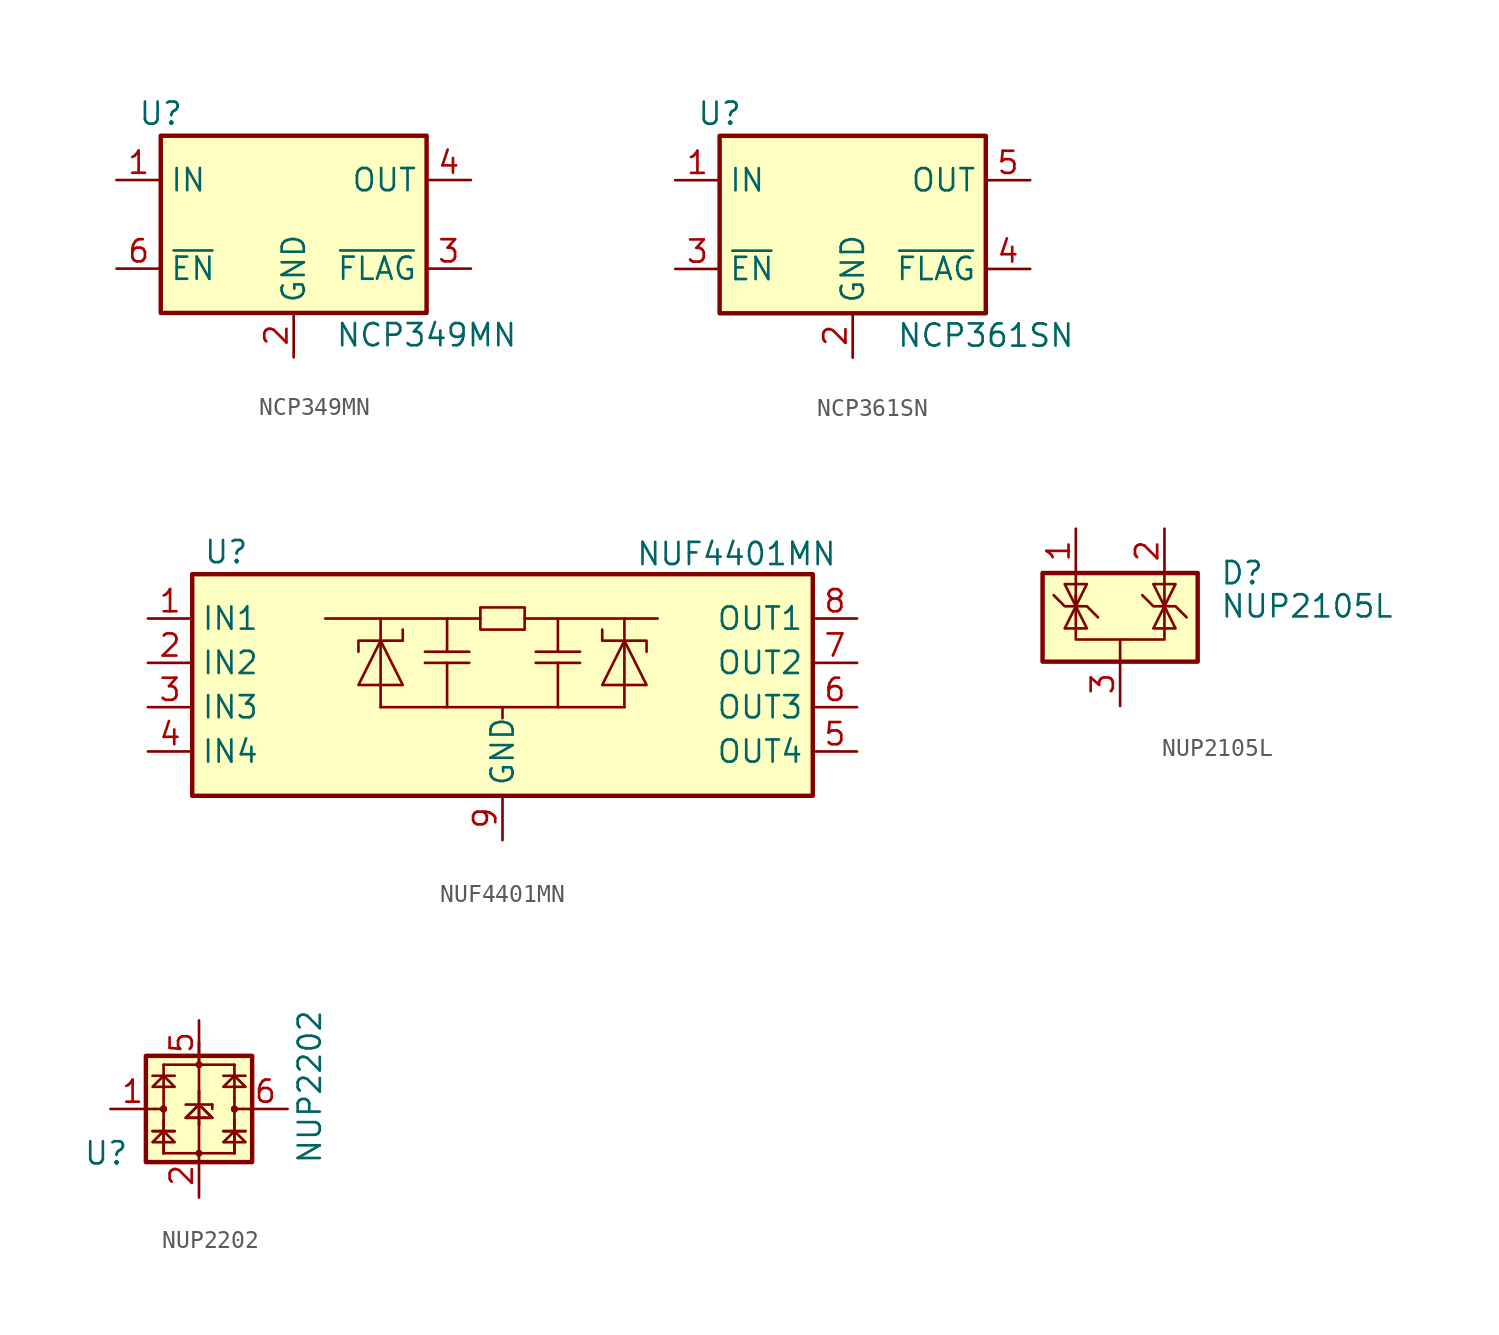
<source format=kicad_sym>
(kicad_symbol_lib
  (version 20241209)
  (generator "kicad_symbol_editor")
  (generator_version "9.0")
  (symbol "NCP349MN"
    (property "Reference" "U"
      (at -7.62 6.35 0)
      (effects (font (size 1.27 1.27))))
    (property "Value" "NCP349MN"
      (at 7.62 -6.35 0)
      (effects (font (size 1.27 1.27))))
    (symbol "NCP349MN_0_1"
      (rectangle (start -7.62 5.08) (end 7.62 -5.08) (stroke (width 0.254) (type default)) (fill (type background))))
    (symbol "NCP349MN_1_1"
      (pin power_in line (at -10.16 2.54 0) (length 2.54) (name "IN" (effects (font (size 1.27 1.27)))) (number "1" (effects (font (size 1.27 1.27)))))
      (pin passive line (at -10.16 2.54 0) (length 2.54) (hide yes) (name "IN" (effects (font (size 1.27 1.27)))) (number "7" (effects (font (size 1.27 1.27)))))
      (pin input line (at -10.16 -2.54 0) (length 2.54) (name "~{EN}" (effects (font (size 1.27 1.27)))) (number "6" (effects (font (size 1.27 1.27)))))
      (pin power_in line (at 0 -7.62 90) (length 2.54) (name "GND" (effects (font (size 1.27 1.27)))) (number "2" (effects (font (size 1.27 1.27)))))
      (pin power_out line (at 10.16 2.54 180) (length 2.54) (name "OUT" (effects (font (size 1.27 1.27)))) (number "4" (effects (font (size 1.27 1.27)))))
      (pin passive line (at 10.16 2.54 180) (length 2.54) (hide yes) (name "OUT" (effects (font (size 1.27 1.27)))) (number "5" (effects (font (size 1.27 1.27)))))
      (pin open_collector line (at 10.16 -2.54 180) (length 2.54) (name "~{FLAG}" (effects (font (size 1.27 1.27)))) (number "3" (effects (font (size 1.27 1.27)))))))
  (symbol "NCP361SN"
    (property "Reference" "U"
      (at -7.62 6.35 0)
      (effects (font (size 1.27 1.27))))
    (property "Value" "NCP361SN"
      (at 7.62 -6.35 0)
      (effects (font (size 1.27 1.27))))
    (symbol "NCP361SN_0_1"
      (rectangle (start -7.62 5.08) (end 7.62 -5.08) (stroke (width 0.254) (type default)) (fill (type background))))
    (symbol "NCP361SN_1_1"
      (pin power_in line (at -10.16 2.54 0) (length 2.54) (name "IN" (effects (font (size 1.27 1.27)))) (number "1" (effects (font (size 1.27 1.27)))))
      (pin input line (at -10.16 -2.54 0) (length 2.54) (name "~{EN}" (effects (font (size 1.27 1.27)))) (number "3" (effects (font (size 1.27 1.27)))))
      (pin power_in line (at 0 -7.62 90) (length 2.54) (name "GND" (effects (font (size 1.27 1.27)))) (number "2" (effects (font (size 1.27 1.27)))))
      (pin power_out line (at 10.16 2.54 180) (length 2.54) (name "OUT" (effects (font (size 1.27 1.27)))) (number "5" (effects (font (size 1.27 1.27)))))
      (pin open_collector line (at 10.16 -2.54 180) (length 2.54) (name "~{FLAG}" (effects (font (size 1.27 1.27)))) (number "4" (effects (font (size 1.27 1.27)))))))
  (symbol "NUF4401MN"
    (property "Reference" "U"
      (at -17.145 8.89 0)
      (effects (font (size 1.27 1.27)) (justify left)))
    (property "Value" "NUF4401MN"
      (at 7.62 9.525 0)
      (effects (font (size 1.27 1.27)) (justify left top)))
    (symbol "NUF4401MN_0_1"
      (rectangle (start -17.78 7.62) (end 17.78 -5.08) (stroke (width 0.254) (type default)) (fill (type background)))
      (polyline (pts (xy -6.985 3.81) (xy -6.985 5.08)) (stroke (width 0) (type default)) (fill (type none)))
      (polyline (pts (xy -6.985 3.81) (xy -5.715 1.27) (xy -8.255 1.27) (xy -6.985 3.81)) (stroke (width 0) (type default)) (fill (type none)))
      (polyline (pts (xy -6.985 1.27) (xy -6.985 3.81) (xy -6.985 0)) (stroke (width 0) (type default)) (fill (type none)))
      (polyline (pts (xy -6.985 0) (xy 6.985 0)) (stroke (width 0) (type default)) (fill (type none)))
      (polyline (pts (xy -5.715 4.445) (xy -5.715 3.81) (xy -8.255 3.81) (xy -8.255 3.175)) (stroke (width 0) (type default)) (fill (type none)))
      (polyline (pts (xy -4.445 3.175) (xy -1.905 3.175)) (stroke (width 0) (type default)) (fill (type none)))
      (polyline (pts (xy -3.175 5.08) (xy -3.175 3.175)) (stroke (width 0) (type default)) (fill (type none)))
      (polyline (pts (xy -3.175 2.54) (xy -3.175 0)) (stroke (width 0) (type default)) (fill (type none)))
      (polyline (pts (xy -1.905 2.54) (xy -4.445 2.54)) (stroke (width 0) (type default)) (fill (type none)))
      (polyline (pts (xy -1.27 5.08) (xy -10.16 5.08)) (stroke (width 0) (type default)) (fill (type none)))
      (polyline (pts (xy -1.27 5.08) (xy -1.27 4.445) (xy 1.27 4.445) (xy 1.27 5.715) (xy -1.27 5.715) (xy -1.27 5.08)) (stroke (width 0) (type default)) (fill (type none)))
      (polyline (pts (xy 0 0) (xy 0 -0.635)) (stroke (width 0) (type default)) (fill (type none)))
      (polyline (pts (xy 1.27 5.08) (xy 8.89 5.08)) (stroke (width 0) (type default)) (fill (type none)))
      (polyline (pts (xy 1.905 3.175) (xy 4.445 3.175)) (stroke (width 0) (type default)) (fill (type none)))
      (polyline (pts (xy 3.175 5.08) (xy 3.175 3.175)) (stroke (width 0) (type default)) (fill (type none)))
      (polyline (pts (xy 3.175 2.54) (xy 3.175 0)) (stroke (width 0) (type default)) (fill (type none)))
      (polyline (pts (xy 4.445 2.54) (xy 1.905 2.54)) (stroke (width 0) (type default)) (fill (type none)))
      (polyline (pts (xy 5.715 4.445) (xy 5.715 3.81) (xy 8.255 3.81) (xy 8.255 3.175)) (stroke (width 0) (type default)) (fill (type none)))
      (polyline (pts (xy 6.985 3.81) (xy 6.985 5.08)) (stroke (width 0) (type default)) (fill (type none)))
      (polyline (pts (xy 6.985 3.81) (xy 5.715 1.27) (xy 8.255 1.27) (xy 6.985 3.81)) (stroke (width 0) (type default)) (fill (type none)))
      (polyline (pts (xy 6.985 1.27) (xy 6.985 3.81) (xy 6.985 0)) (stroke (width 0) (type default)) (fill (type none))))
    (symbol "NUF4401MN_1_1"
      (pin passive line (at -20.32 5.08 0) (length 2.54) (name "IN1" (effects (font (size 1.27 1.27)))) (number "1" (effects (font (size 1.27 1.27)))))
      (pin passive line (at -20.32 2.54 0) (length 2.54) (name "IN2" (effects (font (size 1.27 1.27)))) (number "2" (effects (font (size 1.27 1.27)))))
      (pin passive line (at -20.32 0 0) (length 2.54) (name "IN3" (effects (font (size 1.27 1.27)))) (number "3" (effects (font (size 1.27 1.27)))))
      (pin passive line (at -20.32 -2.54 0) (length 2.54) (name "IN4" (effects (font (size 1.27 1.27)))) (number "4" (effects (font (size 1.27 1.27)))))
      (pin power_in line (at 0 -7.62 90) (length 2.54) (name "GND" (effects (font (size 1.27 1.27)))) (number "9" (effects (font (size 1.27 1.27)))))
      (pin passive line (at 20.32 5.08 180) (length 2.54) (name "OUT1" (effects (font (size 1.27 1.27)))) (number "8" (effects (font (size 1.27 1.27)))))
      (pin passive line (at 20.32 2.54 180) (length 2.54) (name "OUT2" (effects (font (size 1.27 1.27)))) (number "7" (effects (font (size 1.27 1.27)))))
      (pin passive line (at 20.32 0 180) (length 2.54) (name "OUT3" (effects (font (size 1.27 1.27)))) (number "6" (effects (font (size 1.27 1.27)))))
      (pin passive line (at 20.32 -2.54 180) (length 2.54) (name "OUT4" (effects (font (size 1.27 1.27)))) (number "5" (effects (font (size 1.27 1.27)))))))
  (symbol "NUP2105L"
    (pin_names
      (hide yes))
    (property "Reference" "D"
      (at 5.715 2.54 0)
      (effects (font (size 1.27 1.27)) (justify left)))
    (property "Value" "NUP2105L"
      (at 5.715 0.635 0)
      (effects (font (size 1.27 1.27)) (justify left)))
    (symbol "NUP2105L_0_0"
      (pin passive line (at 0 -5.08 90) (length 2.54) (name "A" (effects (font (size 1.27 1.27)))) (number "3" (effects (font (size 1.27 1.27))))))
    (symbol "NUP2105L_0_1"
      (rectangle (start -4.445 2.54) (end 4.445 -2.54) (stroke (width 0.254) (type default)) (fill (type background)))
      (polyline (pts (xy -3.81 1.27) (xy -3.175 0.635) (xy -1.905 0.635) (xy -1.27 0)) (stroke (width 0) (type default)) (fill (type none)))
      (polyline (pts (xy -2.54 2.54) (xy -2.54 0.635)) (stroke (width 0) (type default)) (fill (type none)))
      (polyline (pts (xy -2.54 0.635) (xy -2.54 -1.27) (xy 2.54 -1.27) (xy 2.54 0.635)) (stroke (width 0) (type default)) (fill (type none)))
      (polyline (pts (xy -2.54 0.635) (xy -1.905 -0.635) (xy -3.175 -0.635) (xy -2.54 0.635)) (stroke (width 0) (type default)) (fill (type none)))
      (polyline (pts (xy -2.54 0.635) (xy -3.175 1.905) (xy -1.905 1.905) (xy -2.54 0.635) (xy -2.54 1.27)) (stroke (width 0) (type default)) (fill (type none)))
      (polyline (pts (xy 0 -1.27) (xy 0 -2.54)) (stroke (width 0) (type default)) (fill (type none)))
      (polyline (pts (xy 1.27 1.27) (xy 1.905 0.635) (xy 2.54 0.635) (xy 3.175 0.635) (xy 3.81 0)) (stroke (width 0) (type default)) (fill (type none)))
      (polyline (pts (xy 2.54 2.54) (xy 2.54 0.635)) (stroke (width 0) (type default)) (fill (type none)))
      (polyline (pts (xy 2.54 0.635) (xy 1.905 -0.635) (xy 3.175 -0.635) (xy 2.54 0.635)) (stroke (width 0) (type default)) (fill (type none)))
      (polyline (pts (xy 2.54 0.635) (xy 3.175 1.905) (xy 1.905 1.905) (xy 2.54 0.635)) (stroke (width 0) (type default)) (fill (type none))))
    (symbol "NUP2105L_1_1"
      (pin passive line (at -2.54 5.08 270) (length 2.54) (name "K" (effects (font (size 1.27 1.27)))) (number "1" (effects (font (size 1.27 1.27)))))
      (pin passive line (at 2.54 5.08 270) (length 2.54) (name "K" (effects (font (size 1.27 1.27)))) (number "2" (effects (font (size 1.27 1.27)))))))
  (symbol "NUP2202"
    (property "Reference" "U"
      (at -5.334 -2.54 0)
      (effects (font (size 1.27 1.27))))
    (property "Value" "NUP2202"
      (at 6.35 1.27 90)
      (effects (font (size 1.27 1.27))))
    (symbol "NUP2202_0_1"
      (rectangle (start -3.048 3.048) (end 3.048 -3.048) (stroke (width 0.254) (type default)) (fill (type background)))
      (polyline (pts (xy -2.667 1.905) (xy -1.397 1.905)) (stroke (width 0) (type default)) (fill (type none)))
      (polyline (pts (xy -2.667 1.27) (xy -1.397 1.27) (xy -2.032 1.905) (xy -2.667 1.27)) (stroke (width 0) (type default)) (fill (type none)))
      (polyline (pts (xy -2.667 -1.27) (xy -1.397 -1.27)) (stroke (width 0) (type default)) (fill (type none)))
      (polyline (pts (xy -2.667 -1.27) (xy -1.397 -1.27)) (stroke (width 0) (type default)) (fill (type none)))
      (polyline (pts (xy -2.667 -1.905) (xy -1.397 -1.905) (xy -2.032 -1.27) (xy -2.667 -1.905)) (stroke (width 0) (type default)) (fill (type none)))
      (polyline (pts (xy -2.54 0) (xy -2.032 0)) (stroke (width 0) (type default)) (fill (type none)))
      (polyline (pts (xy -2.032 2.54) (xy 2.032 2.54)) (stroke (width 0) (type default)) (fill (type none)))
      (polyline (pts (xy -2.032 0.635) (xy -2.032 2.54)) (stroke (width 0) (type default)) (fill (type none)))
      (polyline (pts (xy -2.032 0.635) (xy -2.032 -0.635)) (stroke (width 0) (type default)) (fill (type none)))
      (circle (center -2.032 0) (radius 0.127) (stroke (width 0) (type default)) (fill (type none)))
      (circle (center -2.032 0) (radius 0.127) (stroke (width 0) (type default)) (fill (type none)))
      (polyline (pts (xy -2.032 -2.54) (xy -2.032 -0.635)) (stroke (width 0) (type default)) (fill (type none)))
      (polyline (pts (xy -2.032 -2.54) (xy -2.032 -0.635)) (stroke (width 0) (type default)) (fill (type none)))
      (polyline (pts (xy -0.762 0.254) (xy 0.762 0.254)) (stroke (width 0) (type default)) (fill (type none)))
      (polyline (pts (xy -0.762 -0.508) (xy 0.762 -0.508) (xy 0 0.254) (xy -0.762 -0.508)) (stroke (width 0) (type default)) (fill (type none)))
      (polyline (pts (xy -0.762 -0.508) (xy 0.762 -0.508) (xy 0 0.254) (xy -0.762 -0.508)) (stroke (width 0) (type default)) (fill (type none)))
      (circle (center 0 2.54) (radius 0.127) (stroke (width 0) (type default)) (fill (type none)))
      (polyline (pts (xy 0 1.016) (xy 0 3.81)) (stroke (width 0) (type default)) (fill (type none)))
      (polyline (pts (xy 0 -0.889) (xy 0 1.016)) (stroke (width 0) (type default)) (fill (type none)))
      (polyline (pts (xy 0 -0.889) (xy 0 1.016)) (stroke (width 0) (type default)) (fill (type none)))
      (polyline (pts (xy 0 -0.889) (xy 0 -2.54)) (stroke (width 0) (type default)) (fill (type none)))
      (circle (center 0 -2.54) (radius 0.127) (stroke (width 0) (type default)) (fill (type none)))
      (polyline (pts (xy 0.762 0) (xy 0.762 0.254)) (stroke (width 0) (type default)) (fill (type none)))
      (polyline (pts (xy 1.397 1.905) (xy 2.667 1.905)) (stroke (width 0) (type default)) (fill (type none)))
      (polyline (pts (xy 1.397 1.27) (xy 2.667 1.27) (xy 2.032 1.905) (xy 1.397 1.27)) (stroke (width 0) (type default)) (fill (type none)))
      (polyline (pts (xy 1.397 -1.27) (xy 2.667 -1.27)) (stroke (width 0) (type default)) (fill (type none)))
      (polyline (pts (xy 1.397 -1.27) (xy 2.667 -1.27)) (stroke (width 0) (type default)) (fill (type none)))
      (polyline (pts (xy 1.397 -1.905) (xy 2.667 -1.905) (xy 2.032 -1.27) (xy 1.397 -1.905)) (stroke (width 0) (type default)) (fill (type none)))
      (polyline (pts (xy 2.032 0.635) (xy 2.032 2.54)) (stroke (width 0) (type default)) (fill (type none)))
      (polyline (pts (xy 2.032 0.635) (xy 2.032 -0.635)) (stroke (width 0) (type default)) (fill (type none)))
      (polyline (pts (xy 2.032 0) (xy 2.54 0)) (stroke (width 0) (type default)) (fill (type none)))
      (circle (center 2.032 0) (radius 0.127) (stroke (width 0) (type default)) (fill (type none)))
      (circle (center 2.032 0) (radius 0.127) (stroke (width 0) (type default)) (fill (type none)))
      (polyline (pts (xy 2.032 -2.54) (xy -2.032 -2.54)) (stroke (width 0) (type default)) (fill (type none)))
      (polyline (pts (xy 2.032 -2.54) (xy 2.032 -0.635)) (stroke (width 0) (type default)) (fill (type none)))
      (polyline (pts (xy 2.032 -2.54) (xy 2.032 -0.635)) (stroke (width 0) (type default)) (fill (type none))))
    (symbol "NUP2202_1_1"
      (pin passive line (at -5.08 0 0) (length 2.54) (name "~" (effects (font (size 1.27 1.27)))) (number "1" (effects (font (size 1.27 1.27)))))
      (pin passive line (at 0 5.08 270) (length 2.54) (name "~" (effects (font (size 1.27 1.27)))) (number "5" (effects (font (size 1.27 1.27)))))
      (pin no_connect line (at 0 2.54 270) (length 2.54) (hide yes) (name "~" (effects (font (size 1.27 1.27)))) (number "4" (effects (font (size 1.27 1.27)))))
      (pin no_connect line (at 0 -2.54 90) (length 2.54) (hide yes) (name "~" (effects (font (size 1.27 1.27)))) (number "3" (effects (font (size 1.27 1.27)))))
      (pin passive line (at 0 -5.08 90) (length 2.54) (name "~" (effects (font (size 1.27 1.27)))) (number "2" (effects (font (size 1.27 1.27)))))
      (pin passive line (at 5.08 0 180) (length 2.54) (name "~" (effects (font (size 1.27 1.27)))) (number "6" (effects (font (size 1.27 1.27))))))))
</source>
